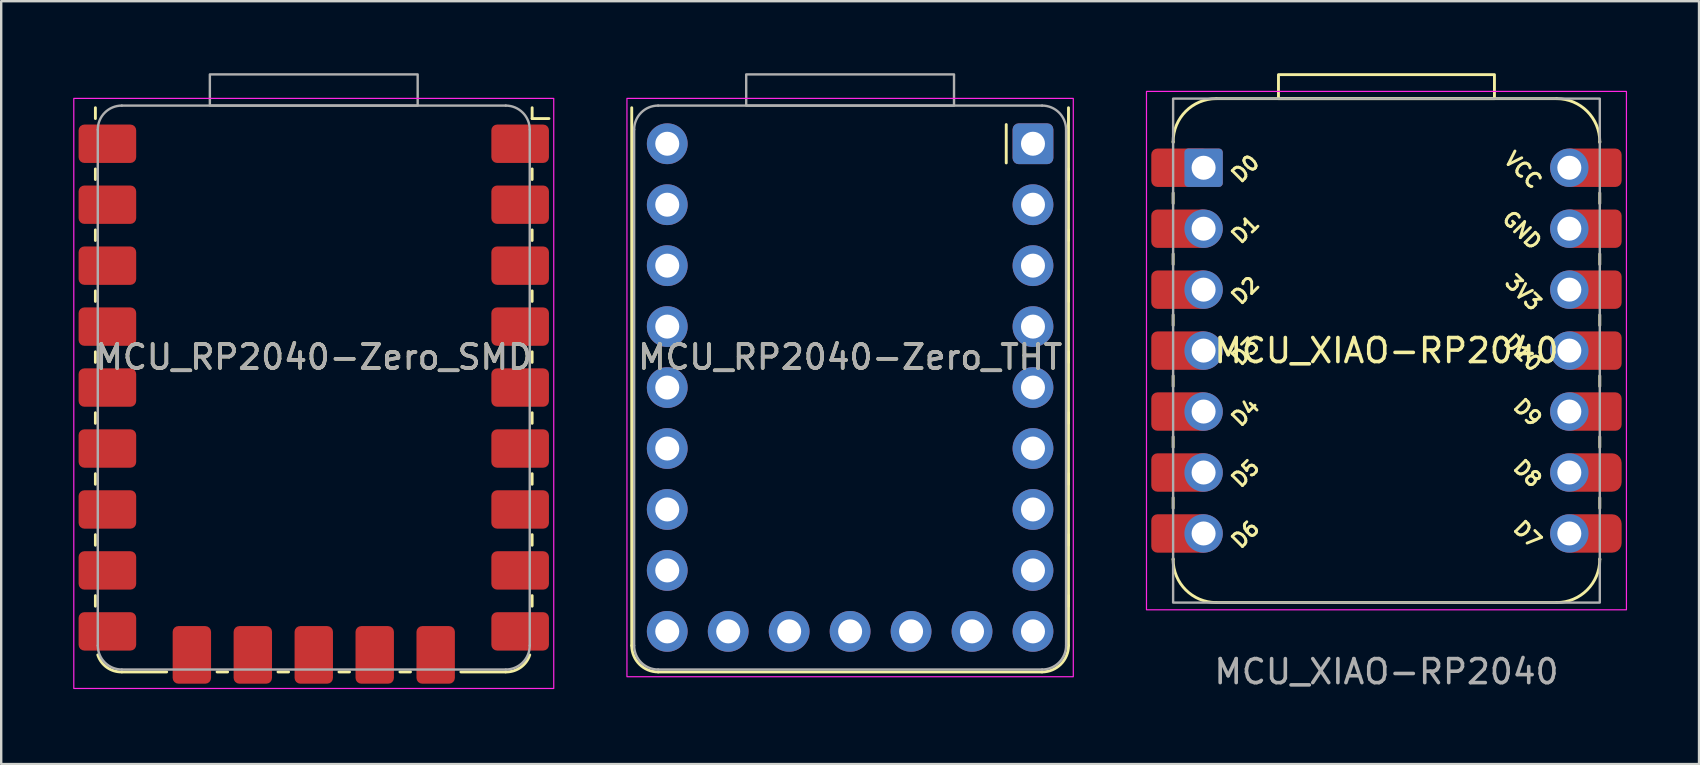
<source format=kicad_pcb>
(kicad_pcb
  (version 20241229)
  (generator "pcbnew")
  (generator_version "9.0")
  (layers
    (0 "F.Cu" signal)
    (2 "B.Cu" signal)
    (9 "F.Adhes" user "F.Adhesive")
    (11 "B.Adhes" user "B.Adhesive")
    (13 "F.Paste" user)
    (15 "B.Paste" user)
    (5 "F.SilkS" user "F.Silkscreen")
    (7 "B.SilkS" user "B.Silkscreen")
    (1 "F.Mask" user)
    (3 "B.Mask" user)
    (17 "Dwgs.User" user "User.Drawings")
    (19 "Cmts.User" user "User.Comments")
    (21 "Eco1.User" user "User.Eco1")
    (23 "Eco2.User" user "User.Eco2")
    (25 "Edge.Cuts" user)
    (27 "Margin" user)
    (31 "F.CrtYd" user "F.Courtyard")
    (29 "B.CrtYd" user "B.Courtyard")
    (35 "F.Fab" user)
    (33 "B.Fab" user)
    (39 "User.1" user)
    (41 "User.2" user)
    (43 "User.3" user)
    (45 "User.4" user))
  (footprint "MCU_XIAO-RP2040"
    (layer "F.Cu")
    (at 54.725 3.94)
    (property "Reference" "MCU_XIAO-RP2040" (at 0 7.62 0) (unlocked yes) (layer "F.SilkS") (effects (font (size 1 1) (thickness 0.15))))
    (attr smd)
    (fp_line (start -8.89 -1.05) (end -8.89 -1.08) (stroke (width 0.12) (type default)) (layer "F.SilkS"))
    (fp_line (start -8.89 1.49) (end -8.89 1.05) (stroke (width 0.12) (type default)) (layer "F.SilkS"))
    (fp_line (start -8.89 4.03) (end -8.89 3.59) (stroke (width 0.12) (type default)) (layer "F.SilkS"))
    (fp_line (start -8.89 6.57) (end -8.89 6.13) (stroke (width 0.12) (type default)) (layer "F.SilkS"))
    (fp_line (start -8.89 9.11) (end -8.89 8.67) (stroke (width 0.12) (type default)) (layer "F.SilkS"))
    (fp_line (start -8.89 11.65) (end -8.89 11.21) (stroke (width 0.12) (type default)) (layer "F.SilkS"))
    (fp_line (start -8.89 13.75) (end -8.89 14.19) (stroke (width 0.12) (type default)) (layer "F.SilkS"))
    (fp_line (start -8.89 16.29) (end -8.89 16.32) (stroke (width 0.12) (type default)) (layer "F.SilkS"))
    (fp_line (start -7.09 -2.88) (end 7.09 -2.88) (stroke (width 0.12) (type default)) (layer "F.SilkS"))
    (fp_line (start 7.09 18.12) (end -7.09 18.12) (stroke (width 0.12) (type default)) (layer "F.SilkS"))
    (fp_line (start 8.89 -1.05) (end 8.89 -1.08) (stroke (width 0.12) (type default)) (layer "F.SilkS"))
    (fp_line (start 8.89 1.49) (end 8.89 1.05) (stroke (width 0.12) (type default)) (layer "F.SilkS"))
    (fp_line (start 8.89 4.03) (end 8.89 3.59) (stroke (width 0.12) (type default)) (layer "F.SilkS"))
    (fp_line (start 8.89 6.57) (end 8.89 6.13) (stroke (width 0.12) (type default)) (layer "F.SilkS"))
    (fp_line (start 8.89 9.11) (end 8.89 8.67) (stroke (width 0.12) (type default)) (layer "F.SilkS"))
    (fp_line (start 8.89 11.65) (end 8.89 11.21) (stroke (width 0.12) (type default)) (layer "F.SilkS"))
    (fp_line (start 8.89 13.75) (end 8.89 14.19) (stroke (width 0.12) (type default)) (layer "F.SilkS"))
    (fp_line (start 8.89 16.29) (end 8.89 16.32) (stroke (width 0.12) (type default)) (layer "F.SilkS"))
    (fp_rect (start -4.5 -2.88) (end 4.5 -3.88) (stroke (width 0.12) (type solid)) (fill no) (layer "F.SilkS"))
    (fp_arc (start -8.89 -1.08) (mid -8.362792 -2.352792) (end -7.09 -2.88) (stroke (width 0.12) (type default)) (layer "F.SilkS"))
    (fp_arc (start -7.09 18.12) (mid -8.362792 17.592792) (end -8.89 16.32) (stroke (width 0.12) (type default)) (layer "F.SilkS"))
    (fp_arc (start 7.09 -2.88) (mid 8.362792 -2.352792) (end 8.89 -1.08) (stroke (width 0.12) (type default)) (layer "F.SilkS"))
    (fp_arc (start 8.89 16.32) (mid 8.362792 17.592792) (end 7.09 18.12) (stroke (width 0.12) (type default)) (layer "F.SilkS"))
    (fp_rect (start -10 -3.18) (end 10 18.42) (stroke (width 0.05) (type solid)) (fill no) (layer "F.CrtYd"))
    (fp_rect (start -8.89 -2.88) (end 8.89 18.12) (stroke (width 0.1) (type solid)) (fill no) (layer "F.Fab"))
    (fp_text user "D6" (at -6.35 15.748 45) (unlocked yes) (layer "F.SilkS") (effects (font (size 0.6 0.6) (thickness 0.12)) (justify left)))
    (fp_text user "D1" (at -6.35 3.048 45) (unlocked yes) (layer "F.SilkS") (effects (font (size 0.6 0.6) (thickness 0.12)) (justify left)))
    (fp_text user "VCC" (at 6.35 0.762 315) (unlocked yes) (layer "F.SilkS") (effects (font (size 0.6 0.6) (thickness 0.12)) (justify right)))
    (fp_text user "D5" (at -6.35 13.208 45) (unlocked yes) (layer "F.SilkS") (effects (font (size 0.6 0.6) (thickness 0.12)) (justify left)))
    (fp_text user "D7" (at 6.35 15.748 315) (unlocked yes) (layer "F.SilkS") (effects (font (size 0.6 0.6) (thickness 0.12)) (justify right)))
    (fp_text user "D4" (at -6.35 10.668 45) (unlocked yes) (layer "F.SilkS") (effects (font (size 0.6 0.6) (thickness 0.12)) (justify left)))
    (fp_text user "3V3" (at 6.35 5.842 315) (unlocked yes) (layer "F.SilkS") (effects (font (size 0.6 0.6) (thickness 0.12)) (justify right)))
    (fp_text user "D3" (at -6.35 8.128 45) (unlocked yes) (layer "F.SilkS") (effects (font (size 0.6 0.6) (thickness 0.12)) (justify left)))
    (fp_text user "D10" (at 6.35 8.382 315) (unlocked yes) (layer "F.SilkS") (effects (font (size 0.6 0.6) (thickness 0.12)) (justify right)))
    (fp_text user "D9" (at 6.35 10.668 315) (unlocked yes) (layer "F.SilkS") (effects (font (size 0.6 0.6) (thickness 0.12)) (justify right)))
    (fp_text user "D8" (at 6.35 13.208 315) (unlocked yes) (layer "F.SilkS") (effects (font (size 0.6 0.6) (thickness 0.12)) (justify right)))
    (fp_text user "D2" (at -6.35 5.588 45) (unlocked yes) (layer "F.SilkS") (effects (font (size 0.6 0.6) (thickness 0.12)) (justify left)))
    (fp_text user "D0" (at -6.35 0.508 45) (unlocked yes) (layer "F.SilkS") (effects (font (size 0.6 0.6) (thickness 0.12)) (justify left)))
    (fp_text user "GND" (at 6.35 3.302 315) (unlocked yes) (layer "F.SilkS") (effects (font (size 0.6 0.6) (thickness 0.12)) (justify right)))
    (fp_text user "${REFERENCE}" (at 0 21 0) (unlocked yes) (layer "F.Fab") (effects (font (size 1 1) (thickness 0.15))))
    (pad "1" smd roundrect (at -8.2 0) (size 2.4 1.6) (drill (offset -0.4 0)) (layers "F.Cu" "F.Mask" "F.Paste") (roundrect_rratio 0.16))
    (pad "1" thru_hole roundrect (at -7.62 0 90) (size 1.6 1.6) (drill 1) (layers "*.Cu" "*.Mask") (roundrect_rratio 0.1))
    (pad "2" smd roundrect (at -8.2 2.54) (size 2.4 1.6) (drill (offset -0.4 0)) (layers "F.Cu" "F.Mask" "F.Paste") (roundrect_rratio 0.16))
    (pad "2" thru_hole circle (at -7.62 2.54 90) (size 1.6 1.6) (drill 1) (layers "*.Cu" "*.Mask"))
    (pad "3" smd roundrect (at -8.2 5.08) (size 2.4 1.6) (drill (offset -0.4 0)) (layers "F.Cu" "F.Mask" "F.Paste") (roundrect_rratio 0.16))
    (pad "3" thru_hole circle (at -7.62 5.08 90) (size 1.6 1.6) (drill 1) (layers "*.Cu" "*.Mask"))
    (pad "4" smd roundrect (at -8.2 7.62) (size 2.4 1.6) (drill (offset -0.4 0)) (layers "F.Cu" "F.Mask" "F.Paste") (roundrect_rratio 0.16))
    (pad "4" thru_hole circle (at -7.62 7.62 90) (size 1.6 1.6) (drill 1) (layers "*.Cu" "*.Mask"))
    (pad "5" smd roundrect (at -8.2 10.16) (size 2.4 1.6) (drill (offset -0.4 0)) (layers "F.Cu" "F.Mask" "F.Paste") (roundrect_rratio 0.16))
    (pad "5" thru_hole circle (at -7.62 10.16 90) (size 1.6 1.6) (drill 1) (layers "*.Cu" "*.Mask"))
    (pad "6" smd roundrect (at -8.2 12.7) (size 2.4 1.6) (drill (offset -0.4 0)) (layers "F.Cu" "F.Mask" "F.Paste") (roundrect_rratio 0.16))
    (pad "6" thru_hole circle (at -7.62 12.7 90) (size 1.6 1.6) (drill 1) (layers "*.Cu" "*.Mask"))
    (pad "7" smd roundrect (at -8.2 15.24) (size 2.4 1.6) (drill (offset -0.4 0)) (layers "F.Cu" "F.Mask" "F.Paste") (roundrect_rratio 0.16))
    (pad "7" thru_hole circle (at -7.62 15.24 90) (size 1.6 1.6) (drill 1) (layers "*.Cu" "*.Mask"))
    (pad "8" thru_hole circle (at 7.62 15.24 90) (size 1.6 1.6) (drill 1) (layers "*.Cu" "*.Mask"))
    (pad "8" smd roundrect (at 8.2 15.24) (size 2.4 1.6) (drill (offset 0.4 0)) (layers "F.Cu" "F.Mask" "F.Paste") (roundrect_rratio 0.25))
    (pad "9" thru_hole circle (at 7.62 12.7 90) (size 1.6 1.6) (drill 1) (layers "*.Cu" "*.Mask"))
    (pad "9" smd roundrect (at 8.2 12.7) (size 2.4 1.6) (drill (offset 0.4 0)) (layers "F.Cu" "F.Mask" "F.Paste") (roundrect_rratio 0.25))
    (pad "10" thru_hole circle (at 7.62 10.16 90) (size 1.6 1.6) (drill 1) (layers "*.Cu" "*.Mask"))
    (pad "10" smd roundrect (at 8.2 10.16) (size 2.4 1.6) (drill (offset 0.4 0)) (layers "F.Cu" "F.Mask" "F.Paste") (roundrect_rratio 0.16))
    (pad "11" thru_hole circle (at 7.62 7.62 90) (size 1.6 1.6) (drill 1) (layers "*.Cu" "*.Mask"))
    (pad "11" smd roundrect (at 8.2 7.62) (size 2.4 1.6) (drill (offset 0.4 0)) (layers "F.Cu" "F.Mask" "F.Paste") (roundrect_rratio 0.16))
    (pad "12" thru_hole circle (at 7.62 5.08 90) (size 1.6 1.6) (drill 1) (layers "*.Cu" "*.Mask"))
    (pad "12" smd roundrect (at 8.2 5.08) (size 2.4 1.6) (drill (offset 0.4 0)) (layers "F.Cu" "F.Mask" "F.Paste") (roundrect_rratio 0.16))
    (pad "13" thru_hole circle (at 7.62 2.54 90) (size 1.6 1.6) (drill 1) (layers "*.Cu" "*.Mask"))
    (pad "13" smd roundrect (at 8.2 2.54) (size 2.4 1.6) (drill (offset 0.4 0)) (layers "F.Cu" "F.Mask" "F.Paste") (roundrect_rratio 0.16))
    (pad "14" thru_hole circle (at 7.62 0 90) (size 1.6 1.6) (drill 1) (layers "*.Cu" "*.Mask"))
    (pad "14" smd roundrect (at 8.2 0) (size 2.4 1.6) (drill (offset 0.4 0)) (layers "F.Cu" "F.Mask" "F.Paste") (roundrect_rratio 0.16)))
  (footprint "MCU_RP2040-Zero_SMD"
    (layer "F.Cu")
    (at 10.025 2.94)
    (property "Reference" "MCU_RP2040-Zero_SMD" (at 0 8.89 0) (unlocked yes) (layer "F.SilkS") (effects (font (size 1 1) (thickness 0.15))))
    (attr smd)
    (fp_line (start -9.1 -1.05) (end -9.1 -1.5) (stroke (width 0.12) (type default)) (layer "F.SilkS"))
    (fp_line (start -9.1 1.49) (end -9.1 1.05) (stroke (width 0.12) (type default)) (layer "F.SilkS"))
    (fp_line (start -9.1 4.03) (end -9.1 3.59) (stroke (width 0.12) (type default)) (layer "F.SilkS"))
    (fp_line (start -9.1 6.57) (end -9.1 6.13) (stroke (width 0.12) (type default)) (layer "F.SilkS"))
    (fp_line (start -9.1 9.11) (end -9.1 8.67) (stroke (width 0.12) (type default)) (layer "F.SilkS"))
    (fp_line (start -9.1 11.65) (end -9.1 11.21) (stroke (width 0.12) (type default)) (layer "F.SilkS"))
    (fp_line (start -9.1 13.75) (end -9.1 14.19) (stroke (width 0.12) (type default)) (layer "F.SilkS"))
    (fp_line (start -9.1 16.73) (end -9.1 16.29) (stroke (width 0.12) (type default)) (layer "F.SilkS"))
    (fp_line (start -9.1 19.27) (end -9.1 18.83) (stroke (width 0.12) (type default)) (layer "F.SilkS"))
    (fp_line (start -8 22.01) (end -6.13 22.01) (stroke (width 0.12) (type default)) (layer "F.SilkS"))
    (fp_line (start -3.59 22.01) (end -4.03 22.01) (stroke (width 0.12) (type default)) (layer "F.SilkS"))
    (fp_line (start -1.49 22.01) (end -1.05 22.01) (stroke (width 0.12) (type default)) (layer "F.SilkS"))
    (fp_line (start 1.49 22.01) (end 1.05 22.01) (stroke (width 0.12) (type default)) (layer "F.SilkS"))
    (fp_line (start 4.03 22.01) (end 3.59 22.01) (stroke (width 0.12) (type default)) (layer "F.SilkS"))
    (fp_line (start 8 22.01) (end 6.13 22.01) (stroke (width 0.12) (type default)) (layer "F.SilkS"))
    (fp_line (start 9.1 -1.05) (end 9.1 -1.5) (stroke (width 0.12) (type default)) (layer "F.SilkS"))
    (fp_line (start 9.1 -1.05) (end 9.8 -1.05) (stroke (width 0.12) (type default)) (layer "F.SilkS"))
    (fp_line (start 9.1 1.49) (end 9.1 1.05) (stroke (width 0.12) (type default)) (layer "F.SilkS"))
    (fp_line (start 9.1 4.03) (end 9.1 3.59) (stroke (width 0.12) (type default)) (layer "F.SilkS"))
    (fp_line (start 9.1 6.57) (end 9.1 6.13) (stroke (width 0.12) (type default)) (layer "F.SilkS"))
    (fp_line (start 9.1 9.11) (end 9.1 8.67) (stroke (width 0.12) (type default)) (layer "F.SilkS"))
    (fp_line (start 9.1 11.65) (end 9.1 11.21) (stroke (width 0.12) (type default)) (layer "F.SilkS"))
    (fp_line (start 9.1 13.75) (end 9.1 14.19) (stroke (width 0.12) (type default)) (layer "F.SilkS"))
    (fp_line (start 9.1 16.73) (end 9.1 16.29) (stroke (width 0.12) (type default)) (layer "F.SilkS"))
    (fp_line (start 9.1 19.27) (end 9.1 18.83) (stroke (width 0.12) (type default)) (layer "F.SilkS"))
    (fp_arc (start -8 22.01) (mid -8.620626 21.818198) (end -9 21.3) (stroke (width 0.12) (type default)) (layer "F.SilkS"))
    (fp_arc (start 9 21.3) (mid 8.617469 21.820449) (end 8 22.01) (stroke (width 0.12) (type default)) (layer "F.SilkS"))
    (fp_rect (start -10 -1.89) (end 10 22.7) (stroke (width 0.05) (type solid)) (fill no) (layer "F.CrtYd"))
    (fp_line (start -9 20.91) (end -9 -0.59) (stroke (width 0.1) (type default)) (layer "F.Fab"))
    (fp_line (start -8 -1.59) (end 8 -1.59) (stroke (width 0.1) (type default)) (layer "F.Fab"))
    (fp_line (start 8 21.91) (end -8 21.91) (stroke (width 0.1) (type default)) (layer "F.Fab"))
    (fp_line (start 9 -0.59) (end 9 20.91) (stroke (width 0.1) (type default)) (layer "F.Fab"))
    (fp_rect (start -4.33 -2.89) (end 4.33 -1.59) (stroke (width 0.1) (type default)) (fill no) (layer "F.Fab"))
    (fp_arc (start -9 -0.59) (mid -8.707107 -1.297107) (end -8 -1.59) (stroke (width 0.1) (type default)) (layer "F.Fab"))
    (fp_arc (start -8 21.91) (mid -8.707107 21.617107) (end -9 20.91) (stroke (width 0.1) (type default)) (layer "F.Fab"))
    (fp_arc (start 8 -1.59) (mid 8.707107 -1.297107) (end 9 -0.59) (stroke (width 0.1) (type default)) (layer "F.Fab"))
    (fp_arc (start 9 20.91) (mid 8.707107 21.617107) (end 8 21.91) (stroke (width 0.1) (type default)) (layer "F.Fab"))
    (fp_text user "${REFERENCE}" (at 0 8.89 0) (unlocked yes) (layer "F.Fab") (effects (font (size 1 1) (thickness 0.15))))
    (pad "1" smd roundrect (at 8.2 0 180) (size 2.4 1.6) (drill (offset -0.4 0)) (layers "F.Cu" "F.Mask" "F.Paste") (roundrect_rratio 0.15))
    (pad "2" smd roundrect (at 8.2 2.54) (size 2.4 1.6) (drill (offset 0.4 0)) (layers "F.Cu" "F.Mask" "F.Paste") (roundrect_rratio 0.15))
    (pad "3" smd roundrect (at 8.2 5.08) (size 2.4 1.6) (drill (offset 0.4 0)) (layers "F.Cu" "F.Mask" "F.Paste") (roundrect_rratio 0.15))
    (pad "4" smd roundrect (at 8.2 7.62) (size 2.4 1.6) (drill (offset 0.4 0)) (layers "F.Cu" "F.Mask" "F.Paste") (roundrect_rratio 0.15))
    (pad "5" smd roundrect (at 8.2 10.16) (size 2.4 1.6) (drill (offset 0.4 0)) (layers "F.Cu" "F.Mask" "F.Paste") (roundrect_rratio 0.15))
    (pad "6" smd roundrect (at 8.2 12.7) (size 2.4 1.6) (drill (offset 0.4 0)) (layers "F.Cu" "F.Mask" "F.Paste") (roundrect_rratio 0.15))
    (pad "7" smd roundrect (at 8.2 15.24) (size 2.4 1.6) (drill (offset 0.4 0)) (layers "F.Cu" "F.Mask" "F.Paste") (roundrect_rratio 0.15))
    (pad "8" smd roundrect (at 8.2 17.78) (size 2.4 1.6) (drill (offset 0.4 0)) (layers "F.Cu" "F.Mask" "F.Paste") (roundrect_rratio 0.15))
    (pad "9" smd roundrect (at 8.2 20.32) (size 2.4 1.6) (drill (offset 0.4 0)) (layers "F.Cu" "F.Mask" "F.Paste") (roundrect_rratio 0.15))
    (pad "10" smd roundrect (at 5.08 20.9 90) (size 2.4 1.6) (drill (offset -0.4 0)) (layers "F.Cu" "F.Mask" "F.Paste") (roundrect_rratio 0.15))
    (pad "11" smd roundrect (at 2.54 20.9 90) (size 2.4 1.6) (drill (offset -0.4 0)) (layers "F.Cu" "F.Mask" "F.Paste") (roundrect_rratio 0.15))
    (pad "12" smd roundrect (at 0 20.9 90) (size 2.4 1.6) (drill (offset -0.4 0)) (layers "F.Cu" "F.Mask" "F.Paste") (roundrect_rratio 0.15))
    (pad "13" smd roundrect (at -2.54 20.9 90) (size 2.4 1.6) (drill (offset -0.4 0)) (layers "F.Cu" "F.Mask" "F.Paste") (roundrect_rratio 0.15))
    (pad "14" smd roundrect (at -5.08 20.9 90) (size 2.4 1.6) (drill (offset -0.4 0)) (layers "F.Cu" "F.Mask" "F.Paste") (roundrect_rratio 0.15))
    (pad "15" smd roundrect (at -8.2 20.32) (size 2.4 1.6) (drill (offset -0.4 0)) (layers "F.Cu" "F.Mask" "F.Paste") (roundrect_rratio 0.15))
    (pad "16" smd roundrect (at -8.2 17.78) (size 2.4 1.6) (drill (offset -0.4 0)) (layers "F.Cu" "F.Mask" "F.Paste") (roundrect_rratio 0.15))
    (pad "17" smd roundrect (at -8.2 15.24) (size 2.4 1.6) (drill (offset -0.4 0)) (layers "F.Cu" "F.Mask" "F.Paste") (roundrect_rratio 0.15))
    (pad "18" smd roundrect (at -8.2 12.7) (size 2.4 1.6) (drill (offset -0.4 0)) (layers "F.Cu" "F.Mask" "F.Paste") (roundrect_rratio 0.15))
    (pad "19" smd roundrect (at -8.2 10.16) (size 2.4 1.6) (drill (offset -0.4 0)) (layers "F.Cu" "F.Mask" "F.Paste") (roundrect_rratio 0.15))
    (pad "20" smd roundrect (at -8.2 7.62) (size 2.4 1.6) (drill (offset -0.4 0)) (layers "F.Cu" "F.Mask" "F.Paste") (roundrect_rratio 0.15))
    (pad "21" smd roundrect (at -8.2 5.08) (size 2.4 1.6) (drill (offset -0.4 0)) (layers "F.Cu" "F.Mask" "F.Paste") (roundrect_rratio 0.15))
    (pad "22" smd roundrect (at -8.2 2.54) (size 2.4 1.6) (drill (offset -0.4 0)) (layers "F.Cu" "F.Mask" "F.Paste") (roundrect_rratio 0.15))
    (pad "23" smd roundrect (at -8.2 0) (size 2.4 1.6) (drill (offset -0.4 0)) (layers "F.Cu" "F.Mask" "F.Paste") (roundrect_rratio 0.15))
    (zone (net_name "") (layer "F.Cu") (hatch edge 0.5) (connect_pads) (min_thickness 0.25) (filled_areas_thickness no) (keepout (tracks not_allowed) (vias not_allowed) (pads not_allowed) (copperpour allowed) (footprints allowed)) (placement (enabled no)) (fill) (polygon (pts (xy 2.825 1.34) (xy 17.225 1.34) (xy 17.225 22.84) (xy 2.825 22.84)))))
  (footprint "MCU_RP2040-Zero_THT"
    (layer "F.Cu")
    (at 32.375 2.94)
    (property "Reference" "MCU_RP2040-Zero_THT" (at 0 8.89 0) (unlocked yes) (layer "F.SilkS") (effects (font (size 1 1) (thickness 0.15))))
    (attr through_hole)
    (fp_line (start -9.1 20.91) (end -9.1 -1.5) (stroke (width 0.12) (type default)) (layer "F.SilkS"))
    (fp_line (start 6.506 -0.8) (end 6.506 0.8) (stroke (width 0.12) (type default)) (layer "F.SilkS"))
    (fp_line (start 8 22.01) (end -8 22.01) (stroke (width 0.12) (type default)) (layer "F.SilkS"))
    (fp_line (start 9.1 1.49) (end 9.1 1.05) (stroke (width 0.12) (type default)) (layer "F.SilkS"))
    (fp_line (start 9.1 4.03) (end 9.1 3.59) (stroke (width 0.12) (type default)) (layer "F.SilkS"))
    (fp_line (start 9.1 6.57) (end 9.1 6.13) (stroke (width 0.12) (type default)) (layer "F.SilkS"))
    (fp_line (start 9.1 9.11) (end 9.1 8.67) (stroke (width 0.12) (type default)) (layer "F.SilkS"))
    (fp_line (start 9.1 11.65) (end 9.1 11.21) (stroke (width 0.12) (type default)) (layer "F.SilkS"))
    (fp_line (start 9.1 13.75) (end 9.1 14.19) (stroke (width 0.12) (type default)) (layer "F.SilkS"))
    (fp_line (start 9.1 16.73) (end 9.1 16.29) (stroke (width 0.12) (type default)) (layer "F.SilkS"))
    (fp_line (start 9.1 19.27) (end 9.1 18.83) (stroke (width 0.12) (type default)) (layer "F.SilkS"))
    (fp_line (start 9.1 20.91) (end 9.1 -1.5) (stroke (width 0.12) (type default)) (layer "F.SilkS"))
    (fp_arc (start -8 22.01) (mid -8.777817 21.687817) (end -9.1 20.91) (stroke (width 0.12) (type default)) (layer "F.SilkS"))
    (fp_arc (start 9.1 20.91) (mid 8.777817 21.687817) (end 8 22.01) (stroke (width 0.12) (type default)) (layer "F.SilkS"))
    (fp_rect (start -9.3 -1.89) (end 9.3 22.21) (stroke (width 0.05) (type solid)) (fill no) (layer "F.CrtYd"))
    (fp_line (start -9 20.91) (end -9 -0.59) (stroke (width 0.1) (type default)) (layer "F.Fab"))
    (fp_line (start -8 -1.59) (end 8 -1.59) (stroke (width 0.1) (type default)) (layer "F.Fab"))
    (fp_line (start 8 21.91) (end -8 21.91) (stroke (width 0.1) (type default)) (layer "F.Fab"))
    (fp_line (start 9 -0.59) (end 9 20.91) (stroke (width 0.1) (type default)) (layer "F.Fab"))
    (fp_rect (start -4.33 -2.89) (end 4.33 -1.59) (stroke (width 0.1) (type default)) (fill no) (layer "F.Fab"))
    (fp_arc (start -9 -0.59) (mid -8.707107 -1.297107) (end -8 -1.59) (stroke (width 0.1) (type default)) (layer "F.Fab"))
    (fp_arc (start -8 21.91) (mid -8.707107 21.617107) (end -9 20.91) (stroke (width 0.1) (type default)) (layer "F.Fab"))
    (fp_arc (start 8 -1.59) (mid 8.707107 -1.297107) (end 9 -0.59) (stroke (width 0.1) (type default)) (layer "F.Fab"))
    (fp_arc (start 9 20.91) (mid 8.707107 21.617107) (end 8 21.91) (stroke (width 0.1) (type default)) (layer "F.Fab"))
    (fp_text user "${REFERENCE}" (at 0 8.89 0) (unlocked yes) (layer "F.Fab") (effects (font (size 1 1) (thickness 0.15))))
    (pad "1" thru_hole roundrect (at 7.62 0 270) (size 1.7 1.7) (drill 1) (layers "*.Cu" "*.Mask") (roundrect_rratio 0.15))
    (pad "2" thru_hole circle (at 7.62 2.54 270) (size 1.7 1.7) (drill 1) (layers "*.Cu" "*.Mask"))
    (pad "3" thru_hole circle (at 7.62 5.08 270) (size 1.7 1.7) (drill 1) (layers "*.Cu" "*.Mask"))
    (pad "4" thru_hole circle (at 7.62 7.62 270) (size 1.7 1.7) (drill 1) (layers "*.Cu" "*.Mask"))
    (pad "5" thru_hole circle (at 7.62 10.16 270) (size 1.7 1.7) (drill 1) (layers "*.Cu" "*.Mask"))
    (pad "6" thru_hole circle (at 7.62 12.7 270) (size 1.7 1.7) (drill 1) (layers "*.Cu" "*.Mask"))
    (pad "7" thru_hole circle (at 7.62 15.24 270) (size 1.7 1.7) (drill 1) (layers "*.Cu" "*.Mask"))
    (pad "8" thru_hole circle (at 7.62 17.78 270) (size 1.7 1.7) (drill 1) (layers "*.Cu" "*.Mask"))
    (pad "9" thru_hole circle (at 7.62 20.32 270) (size 1.7 1.7) (drill 1) (layers "*.Cu" "*.Mask"))
    (pad "10" thru_hole circle (at 5.08 20.32) (size 1.7 1.7) (drill 1) (layers "*.Cu" "*.Mask"))
    (pad "11" thru_hole circle (at 2.54 20.32) (size 1.7 1.7) (drill 1) (layers "*.Cu" "*.Mask"))
    (pad "12" thru_hole circle (at 0 20.32) (size 1.7 1.7) (drill 1) (layers "*.Cu" "*.Mask"))
    (pad "13" thru_hole circle (at -2.54 20.32) (size 1.7 1.7) (drill 1) (layers "*.Cu" "*.Mask"))
    (pad "14" thru_hole circle (at -5.08 20.32) (size 1.7 1.7) (drill 1) (layers "*.Cu" "*.Mask"))
    (pad "15" thru_hole circle (at -7.62 20.32 270) (size 1.7 1.7) (drill 1) (layers "*.Cu" "*.Mask"))
    (pad "16" thru_hole circle (at -7.62 17.78 270) (size 1.7 1.7) (drill 1) (layers "*.Cu" "*.Mask"))
    (pad "17" thru_hole circle (at -7.62 15.24 270) (size 1.7 1.7) (drill 1) (layers "*.Cu" "*.Mask"))
    (pad "18" thru_hole circle (at -7.62 12.7 270) (size 1.7 1.7) (drill 1) (layers "*.Cu" "*.Mask"))
    (pad "19" thru_hole circle (at -7.62 10.16 270) (size 1.7 1.7) (drill 1) (layers "*.Cu" "*.Mask"))
    (pad "20" thru_hole circle (at -7.62 7.62 270) (size 1.7 1.7) (drill 1) (layers "*.Cu" "*.Mask"))
    (pad "21" thru_hole circle (at -7.62 5.08 270) (size 1.7 1.7) (drill 1) (layers "*.Cu" "*.Mask"))
    (pad "22" thru_hole circle (at -7.62 2.54 270) (size 1.7 1.7) (drill 1) (layers "*.Cu" "*.Mask"))
    (pad "23" thru_hole circle (at -7.62 0 270) (size 1.7 1.7) (drill 1) (layers "*.Cu" "*.Mask")))
  (gr_rect
    (start -3 -3)
    (end 67.75 28.788)
    (stroke (width 0.1) (type default))
    (fill no)
    (layer "Edge.Cuts")))
</source>
